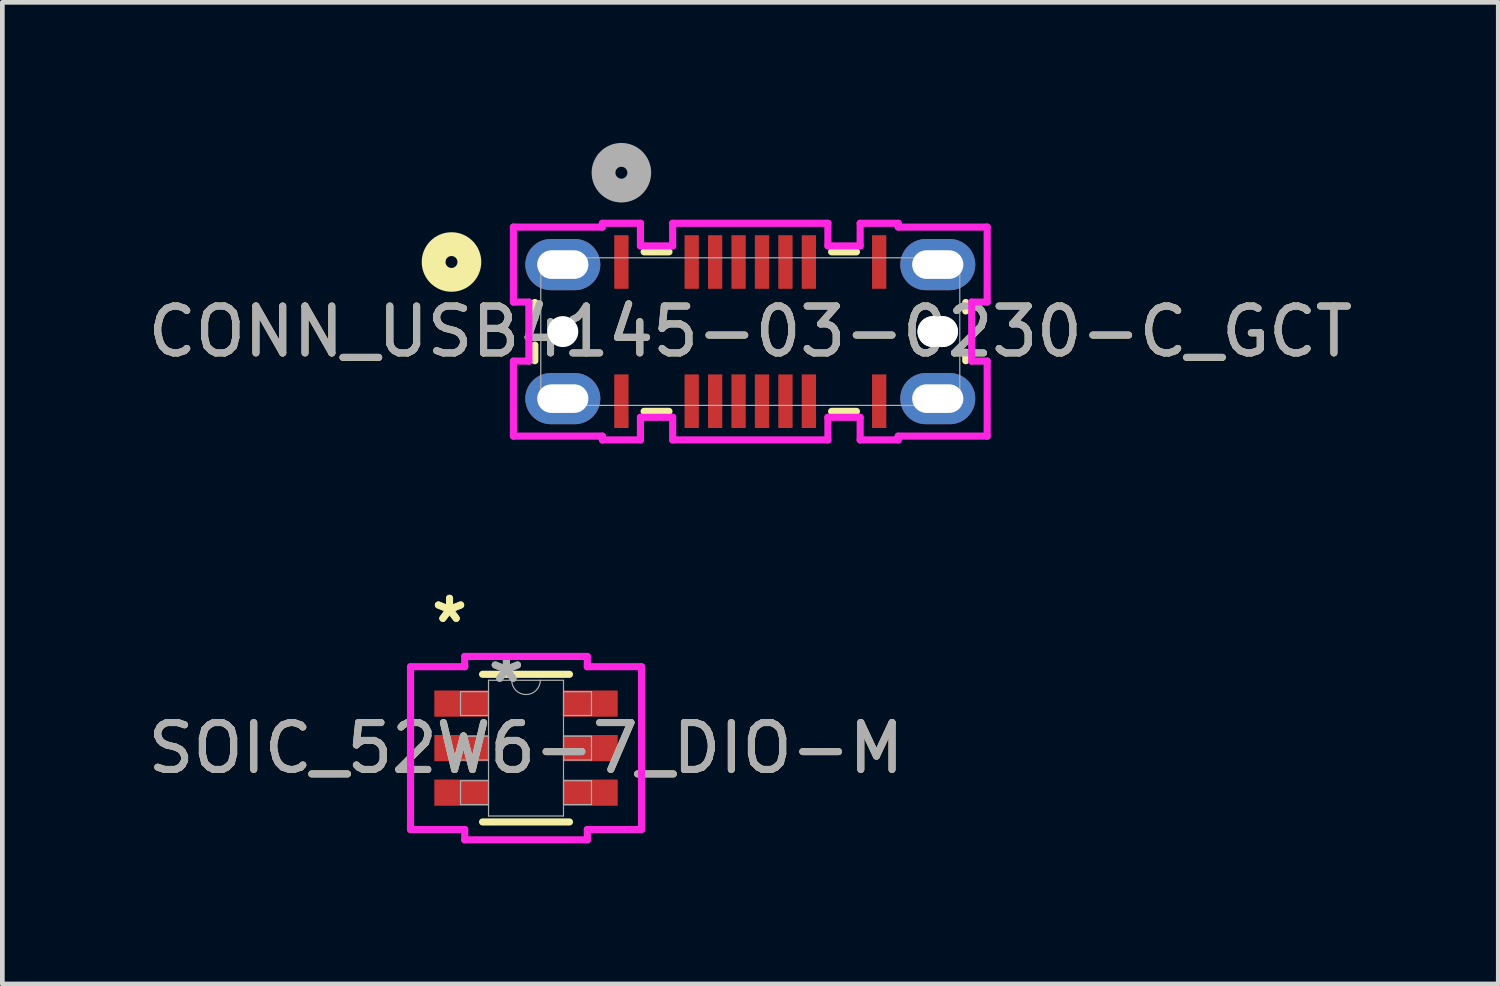
<source format=kicad_pcb>
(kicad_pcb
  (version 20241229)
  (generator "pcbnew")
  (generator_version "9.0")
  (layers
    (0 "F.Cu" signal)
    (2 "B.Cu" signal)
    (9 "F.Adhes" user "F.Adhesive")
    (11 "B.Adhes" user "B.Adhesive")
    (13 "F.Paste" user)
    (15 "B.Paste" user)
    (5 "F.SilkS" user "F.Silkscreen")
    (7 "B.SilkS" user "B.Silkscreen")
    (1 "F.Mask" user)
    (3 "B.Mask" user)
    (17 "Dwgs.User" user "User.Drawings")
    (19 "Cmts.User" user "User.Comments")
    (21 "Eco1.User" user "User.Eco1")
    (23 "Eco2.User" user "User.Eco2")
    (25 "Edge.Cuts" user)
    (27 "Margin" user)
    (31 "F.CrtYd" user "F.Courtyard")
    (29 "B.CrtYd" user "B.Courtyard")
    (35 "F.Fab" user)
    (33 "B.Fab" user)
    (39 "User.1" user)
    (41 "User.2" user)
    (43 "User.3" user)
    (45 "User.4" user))
  (footprint "SOIC_52W6-7_DIO-M"
    (layer "F.Cu")
    (at 8.173 12.912)
    (property "Reference" "SOIC_52W6-7_DIO-M" (at 0 0 0) (unlocked yes) (layer "F.SilkS") (effects (font (size 1 1) (thickness 0.15))))
    (attr smd)
    (fp_line (start -0.927 1.575) (end 0.927 1.575) (stroke (width 0.152) (type solid)) (layer "F.SilkS"))
    (fp_line (start 0.927 -1.575) (end -0.927 -1.575) (stroke (width 0.152) (type solid)) (layer "F.SilkS"))
    (fp_line (start -2.464 -1.737) (end -1.308 -1.737) (stroke (width 0.152) (type solid)) (layer "F.CrtYd"))
    (fp_line (start -2.464 1.737) (end -2.464 -1.737) (stroke (width 0.152) (type solid)) (layer "F.CrtYd"))
    (fp_line (start -2.464 1.737) (end -1.308 1.737) (stroke (width 0.152) (type solid)) (layer "F.CrtYd"))
    (fp_line (start -1.308 -1.956) (end 1.308 -1.956) (stroke (width 0.152) (type solid)) (layer "F.CrtYd"))
    (fp_line (start -1.308 -1.737) (end -1.308 -1.956) (stroke (width 0.152) (type solid)) (layer "F.CrtYd"))
    (fp_line (start -1.308 1.956) (end -1.308 1.737) (stroke (width 0.152) (type solid)) (layer "F.CrtYd"))
    (fp_line (start 1.308 -1.956) (end 1.308 -1.737) (stroke (width 0.152) (type solid)) (layer "F.CrtYd"))
    (fp_line (start 1.308 1.737) (end 1.308 1.956) (stroke (width 0.152) (type solid)) (layer "F.CrtYd"))
    (fp_line (start 1.308 1.956) (end -1.308 1.956) (stroke (width 0.152) (type solid)) (layer "F.CrtYd"))
    (fp_line (start 2.464 -1.737) (end 1.308 -1.737) (stroke (width 0.152) (type solid)) (layer "F.CrtYd"))
    (fp_line (start 2.464 -1.737) (end 2.464 1.737) (stroke (width 0.152) (type solid)) (layer "F.CrtYd"))
    (fp_line (start 2.464 1.737) (end 1.308 1.737) (stroke (width 0.152) (type solid)) (layer "F.CrtYd"))
    (fp_line (start -1.397 -1.204) (end -1.397 -0.696) (stroke (width 0.025) (type solid)) (layer "F.Fab"))
    (fp_line (start -1.397 -0.696) (end -0.8 -0.696) (stroke (width 0.025) (type solid)) (layer "F.Fab"))
    (fp_line (start -1.397 -0.254) (end -1.397 0.254) (stroke (width 0.025) (type solid)) (layer "F.Fab"))
    (fp_line (start -1.397 0.254) (end -0.8 0.254) (stroke (width 0.025) (type solid)) (layer "F.Fab"))
    (fp_line (start -1.397 0.696) (end -1.397 1.204) (stroke (width 0.025) (type solid)) (layer "F.Fab"))
    (fp_line (start -1.397 1.204) (end -0.8 1.204) (stroke (width 0.025) (type solid)) (layer "F.Fab"))
    (fp_line (start -0.8 -1.448) (end -0.8 1.448) (stroke (width 0.025) (type solid)) (layer "F.Fab"))
    (fp_line (start -0.8 -1.204) (end -1.397 -1.204) (stroke (width 0.025) (type solid)) (layer "F.Fab"))
    (fp_line (start -0.8 -0.696) (end -0.8 -1.204) (stroke (width 0.025) (type solid)) (layer "F.Fab"))
    (fp_line (start -0.8 -0.254) (end -1.397 -0.254) (stroke (width 0.025) (type solid)) (layer "F.Fab"))
    (fp_line (start -0.8 0.254) (end -0.8 -0.254) (stroke (width 0.025) (type solid)) (layer "F.Fab"))
    (fp_line (start -0.8 0.696) (end -1.397 0.696) (stroke (width 0.025) (type solid)) (layer "F.Fab"))
    (fp_line (start -0.8 1.204) (end -0.8 0.696) (stroke (width 0.025) (type solid)) (layer "F.Fab"))
    (fp_line (start -0.8 1.448) (end 0.8 1.448) (stroke (width 0.025) (type solid)) (layer "F.Fab"))
    (fp_line (start 0.8 -1.448) (end -0.8 -1.448) (stroke (width 0.025) (type solid)) (layer "F.Fab"))
    (fp_line (start 0.8 -1.204) (end 0.8 -0.696) (stroke (width 0.025) (type solid)) (layer "F.Fab"))
    (fp_line (start 0.8 -0.696) (end 1.397 -0.696) (stroke (width 0.025) (type solid)) (layer "F.Fab"))
    (fp_line (start 0.8 -0.254) (end 0.8 0.254) (stroke (width 0.025) (type solid)) (layer "F.Fab"))
    (fp_line (start 0.8 0.254) (end 1.397 0.254) (stroke (width 0.025) (type solid)) (layer "F.Fab"))
    (fp_line (start 0.8 0.696) (end 0.8 1.204) (stroke (width 0.025) (type solid)) (layer "F.Fab"))
    (fp_line (start 0.8 1.204) (end 1.397 1.204) (stroke (width 0.025) (type solid)) (layer "F.Fab"))
    (fp_line (start 0.8 1.448) (end 0.8 -1.448) (stroke (width 0.025) (type solid)) (layer "F.Fab"))
    (fp_line (start 1.397 -1.204) (end 0.8 -1.204) (stroke (width 0.025) (type solid)) (layer "F.Fab"))
    (fp_line (start 1.397 -0.696) (end 1.397 -1.204) (stroke (width 0.025) (type solid)) (layer "F.Fab"))
    (fp_line (start 1.397 -0.254) (end 0.8 -0.254) (stroke (width 0.025) (type solid)) (layer "F.Fab"))
    (fp_line (start 1.397 0.254) (end 1.397 -0.254) (stroke (width 0.025) (type solid)) (layer "F.Fab"))
    (fp_line (start 1.397 0.696) (end 0.8 0.696) (stroke (width 0.025) (type solid)) (layer "F.Fab"))
    (fp_line (start 1.397 1.204) (end 1.397 0.696) (stroke (width 0.025) (type solid)) (layer "F.Fab"))
    (fp_arc (start 0.3048 -1.4478) (mid 0 -1.143) (end -0.3048 -1.4478) (stroke (width 0.0254) (type solid)) (layer "F.Fab"))
    (fp_text user "*" (at -1.632 -2.652 0) (unlocked yes) (layer "F.SilkS") (effects (font (size 1 1) (thickness 0.15))))
    (fp_text user "*" (at -1.632 -2.652 0) (layer "F.SilkS") (effects (font (size 1 1) (thickness 0.15))))
    (fp_text user "${REFERENCE}" (at 0 0 0) (unlocked yes) (layer "F.Fab") (effects (font (size 1 1) (thickness 0.15))))
    (fp_text user "*" (at -0.419 -1.372 0) (layer "F.Fab") (effects (font (size 1 1) (thickness 0.15))))
    (fp_text user "*" (at -0.419 -1.372 0) (unlocked yes) (layer "F.Fab") (effects (font (size 1 1) (thickness 0.15))))
    (pad "1" smd rect (at -1.378 -0.95) (size 1.156 0.559) (layers "F.Cu" "F.Mask" "F.Paste"))
    (pad "2" smd rect (at -1.378 0) (size 1.156 0.559) (layers "F.Cu" "F.Mask" "F.Paste"))
    (pad "3" smd rect (at -1.378 0.95) (size 1.156 0.559) (layers "F.Cu" "F.Mask" "F.Paste"))
    (pad "4" smd rect (at 1.378 0.95) (size 1.156 0.559) (layers "F.Cu" "F.Mask" "F.Paste"))
    (pad "5" smd rect (at 1.378 0) (size 1.156 0.559) (layers "F.Cu" "F.Mask" "F.Paste"))
    (pad "6" smd rect (at 1.378 -0.95) (size 1.156 0.559) (layers "F.Cu" "F.Mask" "F.Paste")))
  (footprint "CONN_USB4145-03-0230-C_GCT"
    (layer "F.Cu")
    (at 12.958 4.025)
    (property "Reference" "CONN_USB4145-03-0230-C_GCT" (at 0 0 0) (unlocked yes) (layer "F.SilkS") (effects (font (size 1 1) (thickness 0.15))))
    (attr smd)
    (fp_line (start -4.597 -0.621) (end -4.597 -0.287) (stroke (width 0.152) (type solid)) (layer "F.SilkS"))
    (fp_line (start -4.597 0.287) (end -4.597 0.621) (stroke (width 0.152) (type solid)) (layer "F.SilkS"))
    (fp_line (start -2.265 1.702) (end -1.735 1.702) (stroke (width 0.152) (type solid)) (layer "F.SilkS"))
    (fp_line (start -1.735 -1.702) (end -2.265 -1.702) (stroke (width 0.152) (type solid)) (layer "F.SilkS"))
    (fp_line (start 1.735 1.702) (end 2.265 1.702) (stroke (width 0.152) (type solid)) (layer "F.SilkS"))
    (fp_line (start 2.265 -1.702) (end 1.735 -1.702) (stroke (width 0.152) (type solid)) (layer "F.SilkS"))
    (fp_line (start 4.597 -0.44) (end 4.597 -0.621) (stroke (width 0.152) (type solid)) (layer "F.SilkS"))
    (fp_line (start 4.597 0.621) (end 4.597 0.44) (stroke (width 0.152) (type solid)) (layer "F.SilkS"))
    (fp_circle (center -6.375 -1.485) (end -5.994 -1.485) (stroke (width 0.508) (type solid)) (fill no) (layer "F.SilkS"))
    (fp_line (start 3.898 0) (end 4.102 0) (stroke (width 0.66) (type solid)) (layer "Edge.Cuts"))
    (fp_line (start -5.054 -2.23) (end -5.054 -0.63) (stroke (width 0.152) (type solid)) (layer "F.CrtYd"))
    (fp_line (start -5.054 -0.63) (end -4.724 -0.63) (stroke (width 0.152) (type solid)) (layer "F.CrtYd"))
    (fp_line (start -5.054 0.63) (end -5.054 2.23) (stroke (width 0.152) (type solid)) (layer "F.CrtYd"))
    (fp_line (start -5.054 2.23) (end -3.156 2.23) (stroke (width 0.152) (type solid)) (layer "F.CrtYd"))
    (fp_line (start -4.724 -0.63) (end -4.724 0.63) (stroke (width 0.152) (type solid)) (layer "F.CrtYd"))
    (fp_line (start -4.724 0.63) (end -5.054 0.63) (stroke (width 0.152) (type solid)) (layer "F.CrtYd"))
    (fp_line (start -3.156 -2.311) (end -3.156 -2.23) (stroke (width 0.152) (type solid)) (layer "F.CrtYd"))
    (fp_line (start -3.156 -2.23) (end -5.054 -2.23) (stroke (width 0.152) (type solid)) (layer "F.CrtYd"))
    (fp_line (start -3.156 2.23) (end -3.156 2.311) (stroke (width 0.152) (type solid)) (layer "F.CrtYd"))
    (fp_line (start -3.156 2.311) (end -2.344 2.311) (stroke (width 0.152) (type solid)) (layer "F.CrtYd"))
    (fp_line (start -2.344 -2.311) (end -3.156 -2.311) (stroke (width 0.152) (type solid)) (layer "F.CrtYd"))
    (fp_line (start -2.344 -1.829) (end -2.344 -2.311) (stroke (width 0.152) (type solid)) (layer "F.CrtYd"))
    (fp_line (start -2.344 1.829) (end -1.656 1.829) (stroke (width 0.152) (type solid)) (layer "F.CrtYd"))
    (fp_line (start -2.344 2.311) (end -2.344 1.829) (stroke (width 0.152) (type solid)) (layer "F.CrtYd"))
    (fp_line (start -1.656 -2.311) (end -1.656 -1.829) (stroke (width 0.152) (type solid)) (layer "F.CrtYd"))
    (fp_line (start -1.656 -1.829) (end -2.344 -1.829) (stroke (width 0.152) (type solid)) (layer "F.CrtYd"))
    (fp_line (start -1.656 1.829) (end -1.656 2.311) (stroke (width 0.152) (type solid)) (layer "F.CrtYd"))
    (fp_line (start -1.656 2.311) (end 1.656 2.311) (stroke (width 0.152) (type solid)) (layer "F.CrtYd"))
    (fp_line (start 1.656 -2.311) (end -1.656 -2.311) (stroke (width 0.152) (type solid)) (layer "F.CrtYd"))
    (fp_line (start 1.656 -1.829) (end 1.656 -2.311) (stroke (width 0.152) (type solid)) (layer "F.CrtYd"))
    (fp_line (start 1.656 1.829) (end 2.344 1.829) (stroke (width 0.152) (type solid)) (layer "F.CrtYd"))
    (fp_line (start 1.656 2.311) (end 1.656 1.829) (stroke (width 0.152) (type solid)) (layer "F.CrtYd"))
    (fp_line (start 2.344 -2.311) (end 2.344 -1.829) (stroke (width 0.152) (type solid)) (layer "F.CrtYd"))
    (fp_line (start 2.344 -1.829) (end 1.656 -1.829) (stroke (width 0.152) (type solid)) (layer "F.CrtYd"))
    (fp_line (start 2.344 1.829) (end 2.344 2.311) (stroke (width 0.152) (type solid)) (layer "F.CrtYd"))
    (fp_line (start 2.344 2.311) (end 3.156 2.311) (stroke (width 0.152) (type solid)) (layer "F.CrtYd"))
    (fp_line (start 3.156 -2.311) (end 2.344 -2.311) (stroke (width 0.152) (type solid)) (layer "F.CrtYd"))
    (fp_line (start 3.156 -2.23) (end 3.156 -2.311) (stroke (width 0.152) (type solid)) (layer "F.CrtYd"))
    (fp_line (start 3.156 2.23) (end 5.054 2.23) (stroke (width 0.152) (type solid)) (layer "F.CrtYd"))
    (fp_line (start 3.156 2.311) (end 3.156 2.23) (stroke (width 0.152) (type solid)) (layer "F.CrtYd"))
    (fp_line (start 4.724 -0.63) (end 5.054 -0.63) (stroke (width 0.152) (type solid)) (layer "F.CrtYd"))
    (fp_line (start 4.724 0.63) (end 4.724 -0.63) (stroke (width 0.152) (type solid)) (layer "F.CrtYd"))
    (fp_line (start 5.054 -2.23) (end 3.156 -2.23) (stroke (width 0.152) (type solid)) (layer "F.CrtYd"))
    (fp_line (start 5.054 -0.63) (end 5.054 -2.23) (stroke (width 0.152) (type solid)) (layer "F.CrtYd"))
    (fp_line (start 5.054 0.63) (end 4.724 0.63) (stroke (width 0.152) (type solid)) (layer "F.CrtYd"))
    (fp_line (start 5.054 2.23) (end 5.054 0.63) (stroke (width 0.152) (type solid)) (layer "F.CrtYd"))
    (fp_line (start -4.47 -1.575) (end -4.47 1.575) (stroke (width 0.025) (type solid)) (layer "F.Fab"))
    (fp_line (start -4.47 1.575) (end 4.47 1.575) (stroke (width 0.025) (type solid)) (layer "F.Fab"))
    (fp_line (start 4.47 -1.575) (end -4.47 -1.575) (stroke (width 0.025) (type solid)) (layer "F.Fab"))
    (fp_line (start 4.47 1.575) (end 4.47 -1.575) (stroke (width 0.025) (type solid)) (layer "F.Fab"))
    (fp_circle (center -2.75 -3.39) (end -2.369 -3.39) (stroke (width 0.508) (type solid)) (fill no) (layer "F.Fab"))
    (fp_text user "${REFERENCE}" (at 0 0 0) (unlocked yes) (layer "F.Fab") (effects (font (size 1 1) (thickness 0.15))))
    (pad "" np_thru_hole circle (at -4 0) (size 0.66 0.66) (drill 0.66) (layers "*.Cu" "*.Mask"))
    (pad "" np_thru_hole circle (at 3.898 0) (size 0.66 0.66) (drill 0.66) (layers "*.Cu" "*.Mask"))
    (pad "" np_thru_hole circle (at 4.102 0) (size 0.66 0.66) (drill 0.66) (layers "*.Cu" "*.Mask"))
    (pad "A1" smd rect (at -2.75 -1.485) (size 0.305 1.143) (layers "F.Cu" "F.Mask" "F.Paste"))
    (pad "A4" smd rect (at -1.25 -1.485) (size 0.305 1.143) (layers "F.Cu" "F.Mask" "F.Paste"))
    (pad "A5" smd rect (at -0.75 -1.485) (size 0.305 1.143) (layers "F.Cu" "F.Mask" "F.Paste"))
    (pad "A6" smd rect (at -0.25 -1.485) (size 0.305 1.143) (layers "F.Cu" "F.Mask" "F.Paste"))
    (pad "A7" smd rect (at 0.25 -1.485) (size 0.305 1.143) (layers "F.Cu" "F.Mask" "F.Paste"))
    (pad "A8" smd rect (at 0.75 -1.485) (size 0.305 1.143) (layers "F.Cu" "F.Mask" "F.Paste"))
    (pad "A9" smd rect (at 1.25 -1.485) (size 0.305 1.143) (layers "F.Cu" "F.Mask" "F.Paste"))
    (pad "A12" smd rect (at 2.75 -1.485) (size 0.305 1.143) (layers "F.Cu" "F.Mask" "F.Paste"))
    (pad "B1" smd rect (at 2.75 1.485) (size 0.305 1.143) (layers "F.Cu" "F.Mask" "F.Paste"))
    (pad "B4" smd rect (at 1.25 1.485) (size 0.305 1.143) (layers "F.Cu" "F.Mask" "F.Paste"))
    (pad "B5" smd rect (at 0.75 1.485) (size 0.305 1.143) (layers "F.Cu" "F.Mask" "F.Paste"))
    (pad "B6" smd rect (at 0.25 1.485) (size 0.305 1.143) (layers "F.Cu" "F.Mask" "F.Paste"))
    (pad "B7" smd rect (at -0.25 1.485) (size 0.305 1.143) (layers "F.Cu" "F.Mask" "F.Paste"))
    (pad "B8" smd rect (at -0.75 1.485) (size 0.305 1.143) (layers "F.Cu" "F.Mask" "F.Paste"))
    (pad "B9" smd rect (at -1.25 1.485) (size 0.305 1.143) (layers "F.Cu" "F.Mask" "F.Paste"))
    (pad "B12" smd rect (at -2.75 1.485) (size 0.305 1.143) (layers "F.Cu" "F.Mask" "F.Paste"))
    (pad "S1" thru_hole oval (at -4 -1.43) (size 1.6 1.092) (drill oval 1.092 0.61) (property pad_prop_heatsink) (layers "*.Cu" "*.Mask" "F.Paste"))
    (pad "S1" thru_hole oval (at -4 1.43) (size 1.6 1.092) (drill oval 1.092 0.61) (property pad_prop_heatsink) (layers "*.Cu" "*.Mask" "F.Paste"))
    (pad "S1" thru_hole oval (at 4 -1.43) (size 1.6 1.092) (drill oval 1.092 0.61) (layers "*.Cu" "*.Mask" "F.Paste"))
    (pad "S1" thru_hole oval (at 4 1.43) (size 1.6 1.092) (drill oval 1.092 0.61) (property pad_prop_heatsink) (layers "*.Cu" "*.Mask" "F.Paste")))
  (gr_rect
    (start -3 -3)
    (end 28.917 17.944)
    (stroke (width 0.1) (type default))
    (fill no)
    (layer "Edge.Cuts")))
</source>
